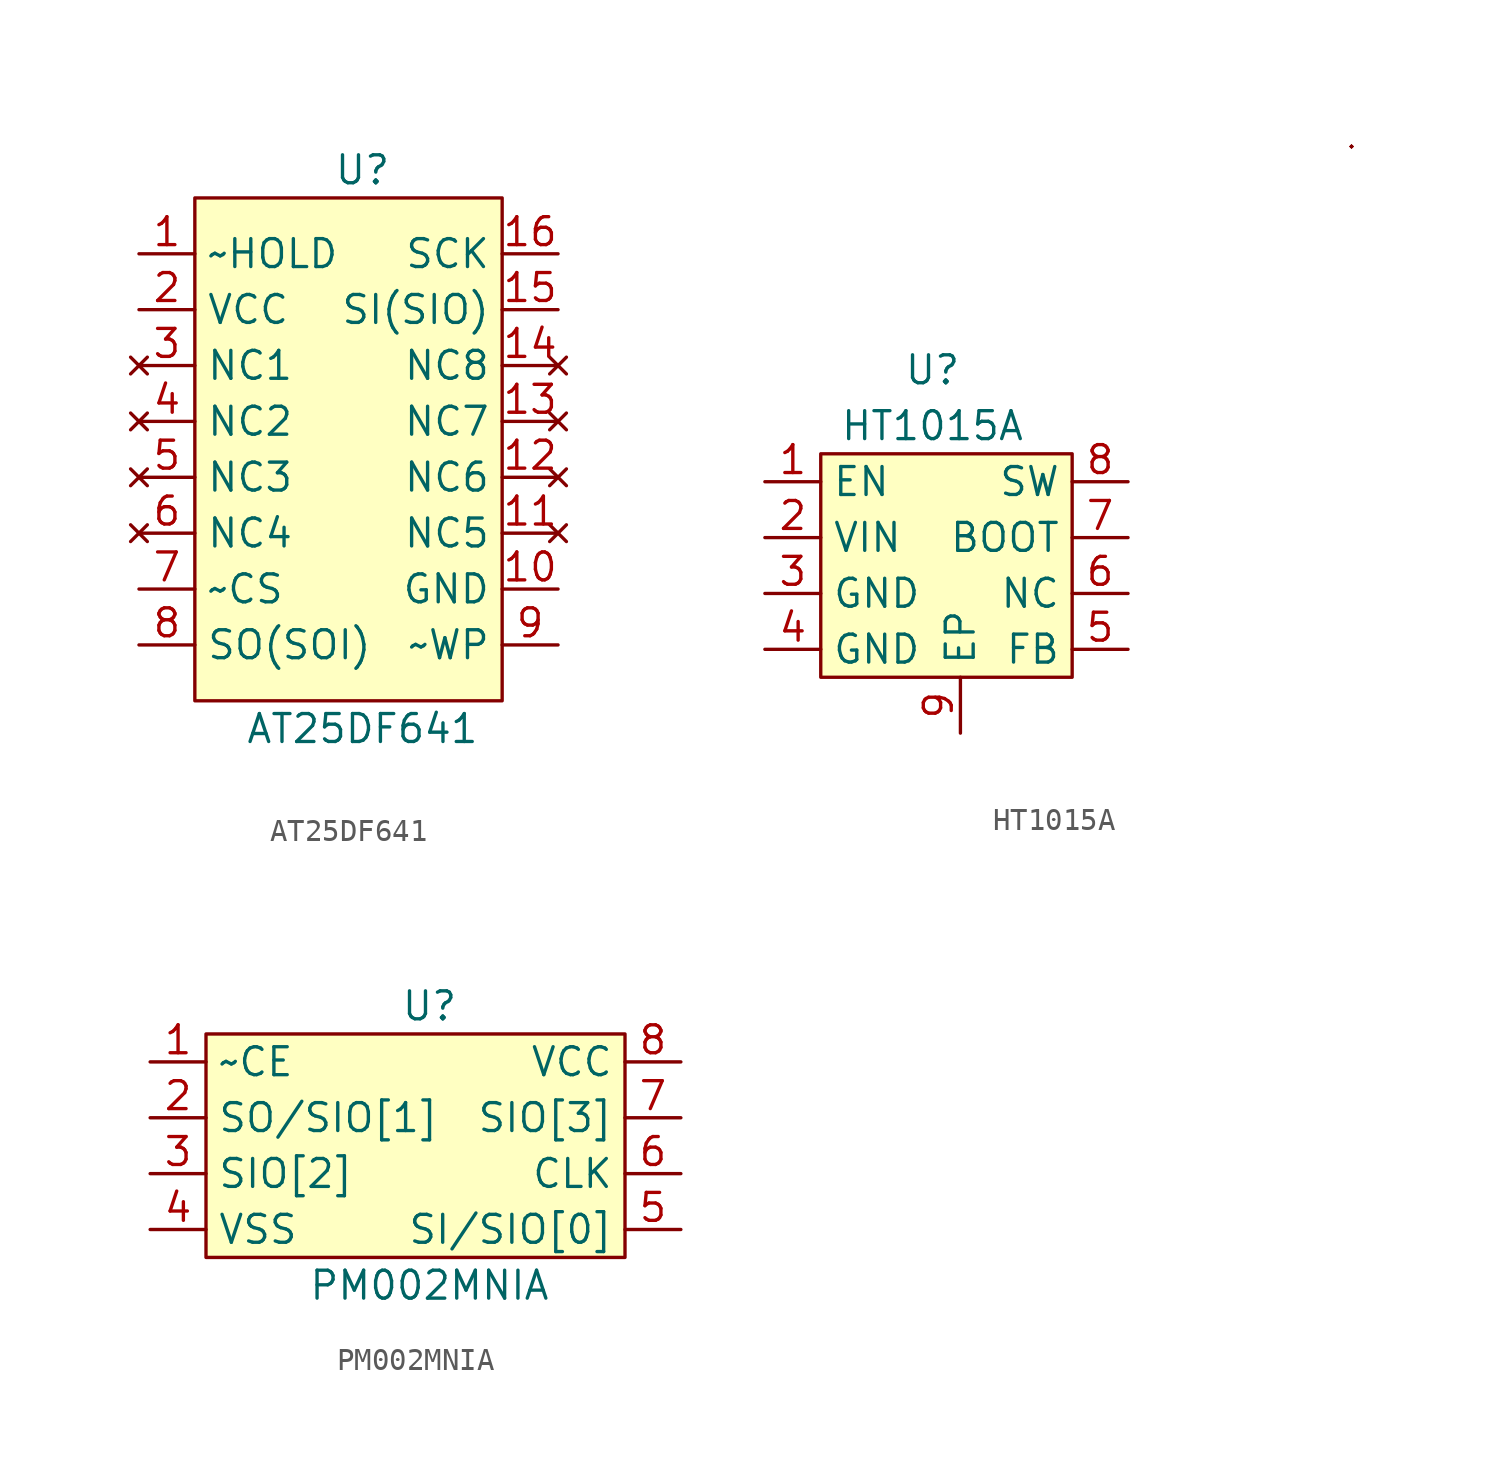
<source format=kicad_sym>
(kicad_symbol_lib
  (version 20211014)
  (generator kicad_symbol_editor)
  (symbol "AT25DF641"
    (property "Reference" "U"
      (at 10.16 3.81 0)
      (effects (font (size 1.27 1.27))))
    (property "Value" "AT25DF641"
      (at 10.16 -21.59 0)
      (effects (font (size 1.27 1.27))))
    (symbol "AT25DF641_0_1"
      (rectangle (start 2.54 2.54) (end 16.51 -20.32) (stroke (width 0) (type default) (color 0 0 0 0)) (fill (type background))))
    (symbol "AT25DF641_1_1"
      (pin input line (at 0 0 0) (length 2.54) (name "~HOLD" (effects (font (size 1.27 1.27)))) (number "1" (effects (font (size 1.27 1.27)))))
      (pin unspecified line (at 19.05 -15.24 180) (length 2.54) (name "GND" (effects (font (size 1.27 1.27)))) (number "10" (effects (font (size 1.27 1.27)))))
      (pin no_connect line (at 19.05 -12.7 180) (length 2.54) (name "NC5" (effects (font (size 1.27 1.27)))) (number "11" (effects (font (size 1.27 1.27)))))
      (pin no_connect line (at 19.05 -10.16 180) (length 2.54) (name "NC6" (effects (font (size 1.27 1.27)))) (number "12" (effects (font (size 1.27 1.27)))))
      (pin no_connect line (at 19.05 -7.62 180) (length 2.54) (name "NC7" (effects (font (size 1.27 1.27)))) (number "13" (effects (font (size 1.27 1.27)))))
      (pin no_connect line (at 19.05 -5.08 180) (length 2.54) (name "NC8" (effects (font (size 1.27 1.27)))) (number "14" (effects (font (size 1.27 1.27)))))
      (pin bidirectional line (at 19.05 -2.54 180) (length 2.54) (name "SI(SIO)" (effects (font (size 1.27 1.27)))) (number "15" (effects (font (size 1.27 1.27)))))
      (pin input line (at 19.05 0 180) (length 2.54) (name "SCK" (effects (font (size 1.27 1.27)))) (number "16" (effects (font (size 1.27 1.27)))))
      (pin power_in line (at 0 -2.54 0) (length 2.54) (name "VCC" (effects (font (size 1.27 1.27)))) (number "2" (effects (font (size 1.27 1.27)))))
      (pin no_connect line (at 0 -5.08 0) (length 2.54) (name "NC1" (effects (font (size 1.27 1.27)))) (number "3" (effects (font (size 1.27 1.27)))))
      (pin no_connect line (at 0 -7.62 0) (length 2.54) (name "NC2" (effects (font (size 1.27 1.27)))) (number "4" (effects (font (size 1.27 1.27)))))
      (pin no_connect line (at 0 -10.16 0) (length 2.54) (name "NC3" (effects (font (size 1.27 1.27)))) (number "5" (effects (font (size 1.27 1.27)))))
      (pin no_connect line (at 0 -12.7 0) (length 2.54) (name "NC4" (effects (font (size 1.27 1.27)))) (number "6" (effects (font (size 1.27 1.27)))))
      (pin input line (at 0 -15.24 0) (length 2.54) (name "~CS" (effects (font (size 1.27 1.27)))) (number "7" (effects (font (size 1.27 1.27)))))
      (pin bidirectional line (at 0 -17.78 0) (length 2.54) (name "SO(SOI)" (effects (font (size 1.27 1.27)))) (number "8" (effects (font (size 1.27 1.27)))))
      (pin input line (at 19.05 -17.78 180) (length 2.54) (name "~WP" (effects (font (size 1.27 1.27)))) (number "9" (effects (font (size 1.27 1.27)))))))
  (symbol "HT1015A"
    (property "Reference" "U"
      (at 5.08 5.08 0)
      (effects (font (size 1.27 1.27))))
    (property "Value" "HT1015A"
      (at 5.08 2.54 0)
      (effects (font (size 1.27 1.27))))
    (symbol "HT1015A_0_1"
      (rectangle (start 0 1.27) (end 11.43 -8.89) (stroke (width 0) (type default) (color 0 0 0 0)) (fill (type background)))
      (rectangle (start 24.13 15.24) (end 24.13 15.24) (stroke (width 0) (type default) (color 0 0 0 0)) (fill (type none)))
      (rectangle (start 24.13 15.24) (end 24.13 15.24) (stroke (width 0) (type default) (color 0 0 0 0)) (fill (type none)))
      (rectangle (start 24.13 15.24) (end 24.13 15.24) (stroke (width 0) (type default) (color 0 0 0 0)) (fill (type none)))
      (rectangle (start 24.13 15.24) (end 24.13 15.24) (stroke (width 0) (type default) (color 0 0 0 0)) (fill (type none)))
      (rectangle (start 24.13 15.24) (end 24.13 15.24) (stroke (width 0) (type default) (color 0 0 0 0)) (fill (type none)))
      (rectangle (start 24.13 15.24) (end 24.13 15.24) (stroke (width 0) (type default) (color 0 0 0 0)) (fill (type none)))
      (rectangle (start 24.13 15.24) (end 24.13 15.24) (stroke (width 0) (type default) (color 0 0 0 0)) (fill (type none)))
      (rectangle (start 24.13 15.24) (end 24.13 15.24) (stroke (width 0) (type default) (color 0 0 0 0)) (fill (type none)))
      (rectangle (start 24.13 15.24) (end 24.13 15.24) (stroke (width 0) (type default) (color 0 0 0 0)) (fill (type none)))
      (rectangle (start 24.13 15.24) (end 24.13 15.24) (stroke (width 0) (type default) (color 0 0 0 0)) (fill (type none)))
      (rectangle (start 24.13 15.24) (end 24.13 15.24) (stroke (width 0) (type default) (color 0 0 0 0)) (fill (type none)))
      (rectangle (start 24.13 15.24) (end 24.13 15.24) (stroke (width 0) (type default) (color 0 0 0 0)) (fill (type none)))
      (rectangle (start 24.13 15.24) (end 24.13 15.24) (stroke (width 0) (type default) (color 0 0 0 0)) (fill (type none)))
      (rectangle (start 24.13 15.24) (end 24.13 15.24) (stroke (width 0) (type default) (color 0 0 0 0)) (fill (type none)))
      (rectangle (start 24.13 15.24) (end 24.13 15.24) (stroke (width 0) (type default) (color 0 0 0 0)) (fill (type none)))
      (rectangle (start 24.13 15.24) (end 24.13 15.24) (stroke (width 0) (type default) (color 0 0 0 0)) (fill (type none)))
      (rectangle (start 24.13 15.24) (end 24.13 15.24) (stroke (width 0) (type default) (color 0 0 0 0)) (fill (type none)))
      (rectangle (start 24.13 15.24) (end 24.13 15.24) (stroke (width 0) (type default) (color 0 0 0 0)) (fill (type none))))
    (symbol "HT1015A_1_1"
      (pin input line (at -2.54 0 0) (length 2.54) (name "EN" (effects (font (size 1.27 1.27)))) (number "1" (effects (font (size 1.27 1.27)))))
      (pin power_in line (at -2.54 -2.54 0) (length 2.54) (name "VIN" (effects (font (size 1.27 1.27)))) (number "2" (effects (font (size 1.27 1.27)))))
      (pin passive line (at -2.54 -5.08 0) (length 2.54) (name "GND" (effects (font (size 1.27 1.27)))) (number "3" (effects (font (size 1.27 1.27)))))
      (pin passive line (at -2.54 -7.62 0) (length 2.54) (name "GND" (effects (font (size 1.27 1.27)))) (number "4" (effects (font (size 1.27 1.27)))))
      (pin passive line (at 13.97 -7.62 180) (length 2.54) (name "FB" (effects (font (size 1.27 1.27)))) (number "5" (effects (font (size 1.27 1.27)))))
      (pin passive line (at 13.97 -5.08 180) (length 2.54) (name "NC" (effects (font (size 1.27 1.27)))) (number "6" (effects (font (size 1.27 1.27)))))
      (pin passive line (at 13.97 -2.54 180) (length 2.54) (name "BOOT" (effects (font (size 1.27 1.27)))) (number "7" (effects (font (size 1.27 1.27)))))
      (pin passive line (at 13.97 0 180) (length 2.54) (name "SW" (effects (font (size 1.27 1.27)))) (number "8" (effects (font (size 1.27 1.27)))))
      (pin passive line (at 6.35 -11.43 90) (length 2.54) (name "EP" (effects (font (size 1.27 1.27)))) (number "9" (effects (font (size 1.27 1.27)))))))
  (symbol "PM002MNIA"
    (property "Reference" "U"
      (at 12.7 2.54 0)
      (effects (font (size 1.27 1.27))))
    (property "Value" "PM002MNIA"
      (at 12.7 -10.16 0)
      (effects (font (size 1.27 1.27))))
    (symbol "PM002MNIA_0_1"
      (rectangle (start 2.54 1.27) (end 21.59 -8.89) (stroke (width 0) (type default) (color 0 0 0 0)) (fill (type background))))
    (symbol "PM002MNIA_1_1"
      (pin input line (at 0 0 0) (length 2.54) (name "~CE" (effects (font (size 1.27 1.27)))) (number "1" (effects (font (size 1.27 1.27)))))
      (pin bidirectional line (at 0 -2.54 0) (length 2.54) (name "SO/SIO[1]" (effects (font (size 1.27 1.27)))) (number "2" (effects (font (size 1.27 1.27)))))
      (pin bidirectional line (at 0 -5.08 0) (length 2.54) (name "SIO[2]" (effects (font (size 1.27 1.27)))) (number "3" (effects (font (size 1.27 1.27)))))
      (pin unspecified line (at 0 -7.62 0) (length 2.54) (name "VSS" (effects (font (size 1.27 1.27)))) (number "4" (effects (font (size 1.27 1.27)))))
      (pin bidirectional line (at 24.13 -7.62 180) (length 2.54) (name "SI/SIO[0]" (effects (font (size 1.27 1.27)))) (number "5" (effects (font (size 1.27 1.27)))))
      (pin input line (at 24.13 -5.08 180) (length 2.54) (name "CLK" (effects (font (size 1.27 1.27)))) (number "6" (effects (font (size 1.27 1.27)))))
      (pin bidirectional line (at 24.13 -2.54 180) (length 2.54) (name "SIO[3]" (effects (font (size 1.27 1.27)))) (number "7" (effects (font (size 1.27 1.27)))))
      (pin power_in line (at 24.13 0 180) (length 2.54) (name "VCC" (effects (font (size 1.27 1.27)))) (number "8" (effects (font (size 1.27 1.27))))))))
</source>
